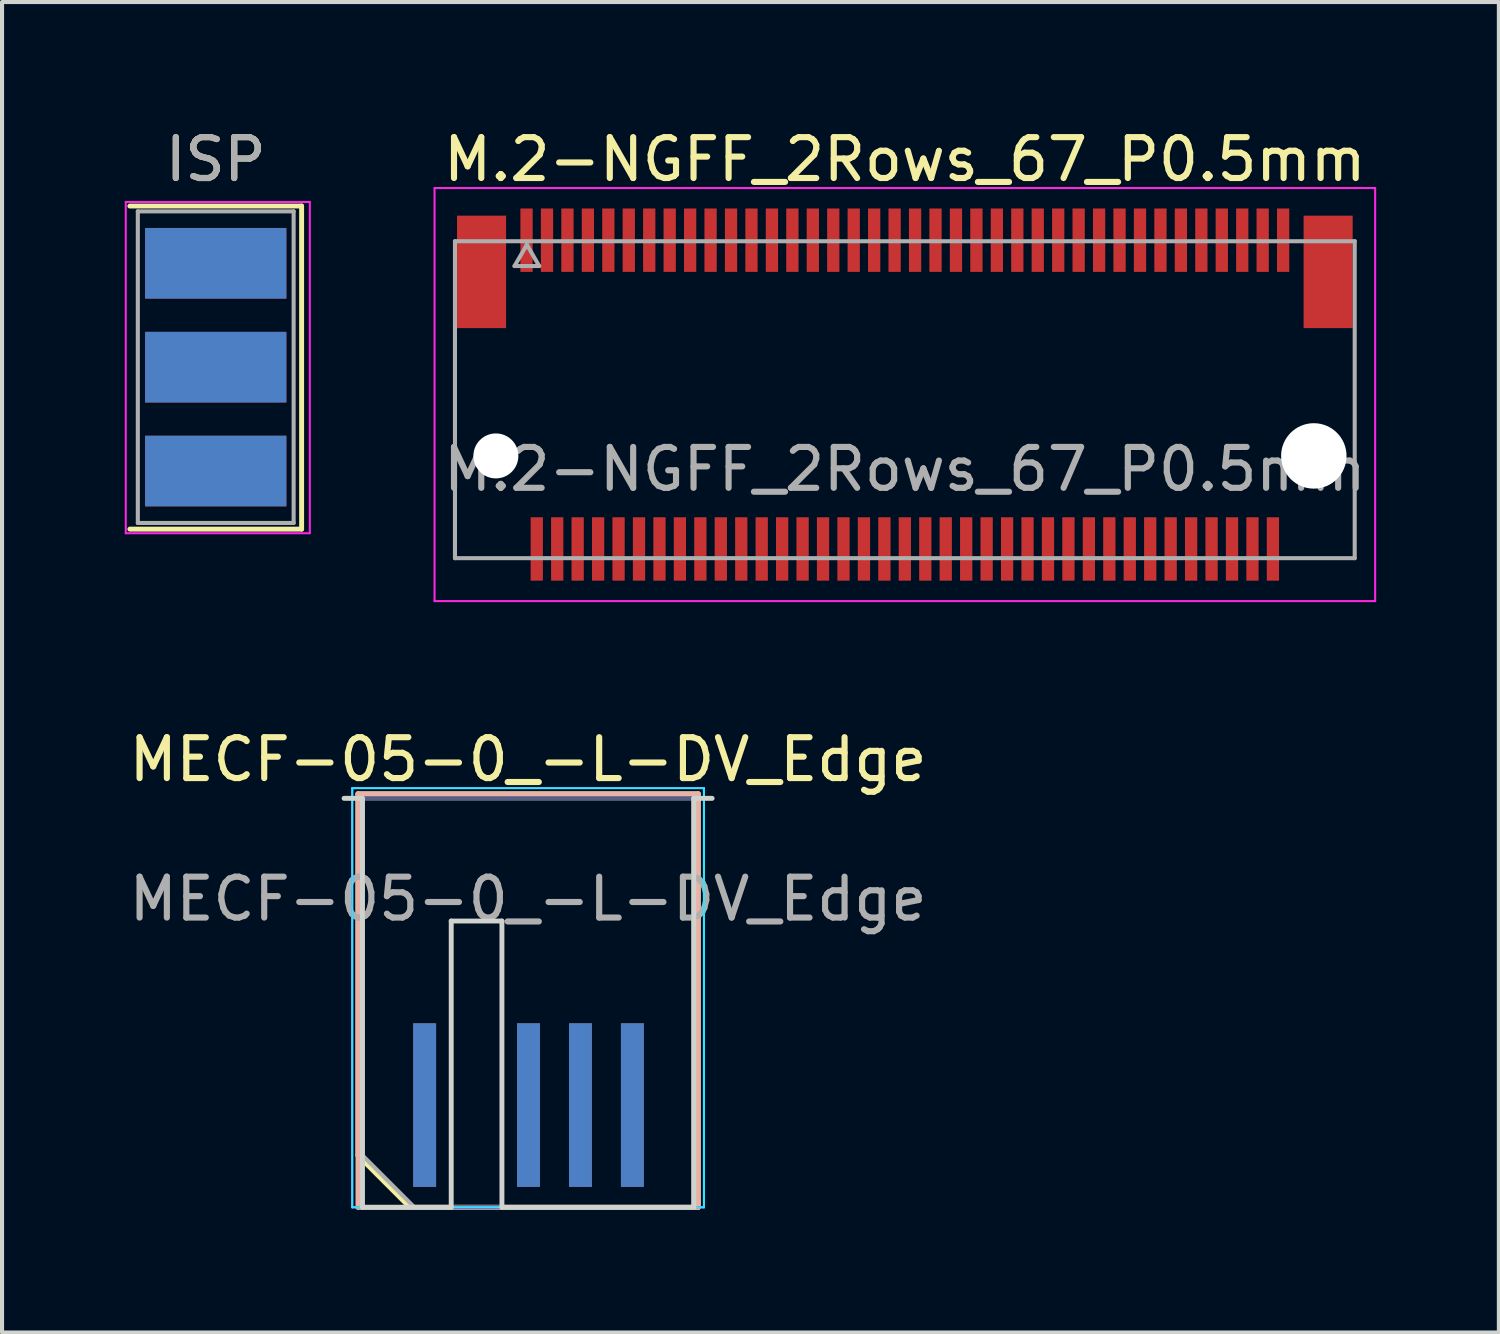
<source format=kicad_pcb>
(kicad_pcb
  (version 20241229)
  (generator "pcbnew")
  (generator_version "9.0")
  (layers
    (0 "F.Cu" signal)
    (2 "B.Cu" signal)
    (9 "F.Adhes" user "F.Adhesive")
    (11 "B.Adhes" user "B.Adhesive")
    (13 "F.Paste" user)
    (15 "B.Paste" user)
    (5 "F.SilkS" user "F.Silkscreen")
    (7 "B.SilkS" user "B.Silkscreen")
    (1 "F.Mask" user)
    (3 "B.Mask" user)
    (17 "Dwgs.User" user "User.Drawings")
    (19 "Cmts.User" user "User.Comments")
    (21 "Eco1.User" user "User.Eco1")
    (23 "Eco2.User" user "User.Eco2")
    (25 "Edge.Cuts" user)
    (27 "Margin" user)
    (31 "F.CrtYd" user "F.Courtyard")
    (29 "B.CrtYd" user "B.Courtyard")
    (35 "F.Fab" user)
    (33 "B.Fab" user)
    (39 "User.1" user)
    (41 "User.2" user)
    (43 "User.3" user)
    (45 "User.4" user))
  (footprint "M.2-NGFF_2Rows_67_P0.5mm"
    (layer "F.Cu")
    (at 19.075 6.598)
    (property "Reference" "M.2-NGFF_2Rows_67_P0.5mm" (at 0 -5.75 0) (layer "F.SilkS") (effects (font (size 1 1) (thickness 0.15))))
    (attr smd)
    (fp_line (start -11.5 -5.05) (end 11.5 -5.05) (stroke (width 0.05) (type solid)) (layer "F.CrtYd"))
    (fp_line (start -11.5 5.05) (end -11.5 -5.05) (stroke (width 0.05) (type solid)) (layer "F.CrtYd"))
    (fp_line (start 11.5 -5.05) (end 11.5 5.05) (stroke (width 0.05) (type solid)) (layer "F.CrtYd"))
    (fp_line (start 11.5 5.05) (end -11.5 5.05) (stroke (width 0.05) (type solid)) (layer "F.CrtYd"))
    (fp_line (start -11 -3.75) (end 11 -3.75) (stroke (width 0.1) (type solid)) (layer "F.Fab"))
    (fp_line (start -11 4) (end -11 -3.75) (stroke (width 0.1) (type solid)) (layer "F.Fab"))
    (fp_line (start -11 4) (end 11 4) (stroke (width 0.1) (type solid)) (layer "F.Fab"))
    (fp_line (start -9.544 -3.143) (end -8.941 -3.143) (stroke (width 0.1) (type solid)) (layer "F.Fab"))
    (fp_line (start -9.242 -3.665) (end -9.544 -3.143) (stroke (width 0.1) (type solid)) (layer "F.Fab"))
    (fp_line (start -8.941 -3.143) (end -9.242 -3.665) (stroke (width 0.1) (type solid)) (layer "F.Fab"))
    (fp_line (start 11 -3.75) (end 11 4) (stroke (width 0.1) (type solid)) (layer "F.Fab"))
    (fp_text user "${REFERENCE}" (at 0 1.825 0) (layer "F.Fab") (effects (font (size 1 1) (thickness 0.15))))
    (pad "" np_thru_hole circle (at -10 1.5) (size 1.1 1.1) (drill 1.1) (layers "*.Cu" "*.Mask"))
    (pad "" np_thru_hole circle (at 10 1.5) (size 1.6 1.6) (drill 1.6) (layers "*.Cu" "*.Mask"))
    (pad "1" smd rect (at -9.25 -3.775) (size 0.3 1.55) (layers "F.Cu" "F.Mask" "F.Paste"))
    (pad "2" smd rect (at -9 3.775) (size 0.3 1.55) (layers "F.Cu" "F.Mask" "F.Paste"))
    (pad "3" smd rect (at -8.75 -3.775) (size 0.3 1.55) (layers "F.Cu" "F.Mask" "F.Paste"))
    (pad "4" smd rect (at -8.5 3.775) (size 0.3 1.55) (layers "F.Cu" "F.Mask" "F.Paste"))
    (pad "5" smd rect (at -8.25 -3.775) (size 0.3 1.55) (layers "F.Cu" "F.Mask" "F.Paste"))
    (pad "6" smd rect (at -8 3.775) (size 0.3 1.55) (layers "F.Cu" "F.Mask" "F.Paste"))
    (pad "7" smd rect (at -7.75 -3.775) (size 0.3 1.55) (layers "F.Cu" "F.Mask" "F.Paste"))
    (pad "8" smd rect (at -7.5 3.775) (size 0.3 1.55) (layers "F.Cu" "F.Mask" "F.Paste"))
    (pad "9" smd rect (at -7.25 -3.775) (size 0.3 1.55) (layers "F.Cu" "F.Mask" "F.Paste"))
    (pad "10" smd rect (at -7 3.775) (size 0.3 1.55) (layers "F.Cu" "F.Mask" "F.Paste"))
    (pad "11" smd rect (at -6.75 -3.775) (size 0.3 1.55) (layers "F.Cu" "F.Mask" "F.Paste"))
    (pad "12" smd rect (at -6.5 3.775) (size 0.3 1.55) (layers "F.Cu" "F.Mask" "F.Paste"))
    (pad "13" smd rect (at -6.25 -3.775) (size 0.3 1.55) (layers "F.Cu" "F.Mask" "F.Paste"))
    (pad "14" smd rect (at -6 3.775) (size 0.3 1.55) (layers "F.Cu" "F.Mask" "F.Paste"))
    (pad "15" smd rect (at -5.75 -3.775) (size 0.3 1.55) (layers "F.Cu" "F.Mask" "F.Paste"))
    (pad "16" smd rect (at -5.5 3.775) (size 0.3 1.55) (layers "F.Cu" "F.Mask" "F.Paste"))
    (pad "17" smd rect (at -5.25 -3.775) (size 0.3 1.55) (layers "F.Cu" "F.Mask" "F.Paste"))
    (pad "18" smd rect (at -5 3.775) (size 0.3 1.55) (layers "F.Cu" "F.Mask" "F.Paste"))
    (pad "19" smd rect (at -4.75 -3.775) (size 0.3 1.55) (layers "F.Cu" "F.Mask" "F.Paste"))
    (pad "20" smd rect (at -4.5 3.775) (size 0.3 1.55) (layers "F.Cu" "F.Mask" "F.Paste"))
    (pad "21" smd rect (at -4.25 -3.775) (size 0.3 1.55) (layers "F.Cu" "F.Mask" "F.Paste"))
    (pad "22" smd rect (at -4 3.775) (size 0.3 1.55) (layers "F.Cu" "F.Mask" "F.Paste"))
    (pad "23" smd rect (at -3.75 -3.775) (size 0.3 1.55) (layers "F.Cu" "F.Mask" "F.Paste"))
    (pad "24" smd rect (at -3.5 3.775) (size 0.3 1.55) (layers "F.Cu" "F.Mask" "F.Paste"))
    (pad "25" smd rect (at -3.25 -3.775) (size 0.3 1.55) (layers "F.Cu" "F.Mask" "F.Paste"))
    (pad "26" smd rect (at -3 3.775) (size 0.3 1.55) (layers "F.Cu" "F.Mask" "F.Paste"))
    (pad "27" smd rect (at -2.75 -3.775) (size 0.3 1.55) (layers "F.Cu" "F.Mask" "F.Paste"))
    (pad "28" smd rect (at -2.5 3.775) (size 0.3 1.55) (layers "F.Cu" "F.Mask" "F.Paste"))
    (pad "29" smd rect (at -2.25 -3.775) (size 0.3 1.55) (layers "F.Cu" "F.Mask" "F.Paste"))
    (pad "30" smd rect (at -2 3.775) (size 0.3 1.55) (layers "F.Cu" "F.Mask" "F.Paste"))
    (pad "31" smd rect (at -1.75 -3.775) (size 0.3 1.55) (layers "F.Cu" "F.Mask" "F.Paste"))
    (pad "32" smd rect (at -1.5 3.775) (size 0.3 1.55) (layers "F.Cu" "F.Mask" "F.Paste"))
    (pad "33" smd rect (at -1.25 -3.775) (size 0.3 1.55) (layers "F.Cu" "F.Mask" "F.Paste"))
    (pad "34" smd rect (at -1 3.775) (size 0.3 1.55) (layers "F.Cu" "F.Mask" "F.Paste"))
    (pad "35" smd rect (at -0.75 -3.775) (size 0.3 1.55) (layers "F.Cu" "F.Mask" "F.Paste"))
    (pad "36" smd rect (at -0.5 3.775) (size 0.3 1.55) (layers "F.Cu" "F.Mask" "F.Paste"))
    (pad "37" smd rect (at -0.25 -3.775) (size 0.3 1.55) (layers "F.Cu" "F.Mask" "F.Paste"))
    (pad "38" smd rect (at 0 3.775) (size 0.3 1.55) (layers "F.Cu" "F.Mask" "F.Paste"))
    (pad "39" smd rect (at 0.25 -3.775) (size 0.3 1.55) (layers "F.Cu" "F.Mask" "F.Paste"))
    (pad "40" smd rect (at 0.5 3.775) (size 0.3 1.55) (layers "F.Cu" "F.Mask" "F.Paste"))
    (pad "41" smd rect (at 0.75 -3.775) (size 0.3 1.55) (layers "F.Cu" "F.Mask" "F.Paste"))
    (pad "42" smd rect (at 1 3.775) (size 0.3 1.55) (layers "F.Cu" "F.Mask" "F.Paste"))
    (pad "43" smd rect (at 1.25 -3.775) (size 0.3 1.55) (layers "F.Cu" "F.Mask" "F.Paste"))
    (pad "44" smd rect (at 1.5 3.775) (size 0.3 1.55) (layers "F.Cu" "F.Mask" "F.Paste"))
    (pad "45" smd rect (at 1.75 -3.775) (size 0.3 1.55) (layers "F.Cu" "F.Mask" "F.Paste"))
    (pad "46" smd rect (at 2 3.775) (size 0.3 1.55) (layers "F.Cu" "F.Mask" "F.Paste"))
    (pad "47" smd rect (at 2.25 -3.775) (size 0.3 1.55) (layers "F.Cu" "F.Mask" "F.Paste"))
    (pad "48" smd rect (at 2.5 3.775) (size 0.3 1.55) (layers "F.Cu" "F.Mask" "F.Paste"))
    (pad "49" smd rect (at 2.75 -3.775) (size 0.3 1.55) (layers "F.Cu" "F.Mask" "F.Paste"))
    (pad "50" smd rect (at 3 3.775) (size 0.3 1.55) (layers "F.Cu" "F.Mask" "F.Paste"))
    (pad "51" smd rect (at 3.25 -3.775) (size 0.3 1.55) (layers "F.Cu" "F.Mask" "F.Paste"))
    (pad "52" smd rect (at 3.5 3.775) (size 0.3 1.55) (layers "F.Cu" "F.Mask" "F.Paste"))
    (pad "53" smd rect (at 3.75 -3.775) (size 0.3 1.55) (layers "F.Cu" "F.Mask" "F.Paste"))
    (pad "54" smd rect (at 4 3.775) (size 0.3 1.55) (layers "F.Cu" "F.Mask" "F.Paste"))
    (pad "55" smd rect (at 4.25 -3.775) (size 0.3 1.55) (layers "F.Cu" "F.Mask" "F.Paste"))
    (pad "56" smd rect (at 4.5 3.775) (size 0.3 1.55) (layers "F.Cu" "F.Mask" "F.Paste"))
    (pad "57" smd rect (at 4.75 -3.775) (size 0.3 1.55) (layers "F.Cu" "F.Mask" "F.Paste"))
    (pad "58" smd rect (at 5 3.775) (size 0.3 1.55) (layers "F.Cu" "F.Mask" "F.Paste"))
    (pad "59" smd rect (at 5.25 -3.775) (size 0.3 1.55) (layers "F.Cu" "F.Mask" "F.Paste"))
    (pad "60" smd rect (at 5.5 3.775) (size 0.3 1.55) (layers "F.Cu" "F.Mask" "F.Paste"))
    (pad "61" smd rect (at 5.75 -3.775) (size 0.3 1.55) (layers "F.Cu" "F.Mask" "F.Paste"))
    (pad "62" smd rect (at 6 3.775) (size 0.3 1.55) (layers "F.Cu" "F.Mask" "F.Paste"))
    (pad "63" smd rect (at 6.25 -3.775) (size 0.3 1.55) (layers "F.Cu" "F.Mask" "F.Paste"))
    (pad "64" smd rect (at 6.5 3.775) (size 0.3 1.55) (layers "F.Cu" "F.Mask" "F.Paste"))
    (pad "65" smd rect (at 6.75 -3.775) (size 0.3 1.55) (layers "F.Cu" "F.Mask" "F.Paste"))
    (pad "66" smd rect (at 7 3.775) (size 0.3 1.55) (layers "F.Cu" "F.Mask" "F.Paste"))
    (pad "67" smd rect (at 7.25 -3.775) (size 0.3 1.55) (layers "F.Cu" "F.Mask" "F.Paste"))
    (pad "68" smd rect (at 7.5 3.775) (size 0.3 1.55) (layers "F.Cu" "F.Mask" "F.Paste"))
    (pad "69" smd rect (at 7.75 -3.775) (size 0.3 1.55) (layers "F.Cu" "F.Mask" "F.Paste"))
    (pad "70" smd rect (at 8 3.775) (size 0.3 1.55) (layers "F.Cu" "F.Mask" "F.Paste"))
    (pad "71" smd rect (at 8.25 -3.775) (size 0.3 1.55) (layers "F.Cu" "F.Mask" "F.Paste"))
    (pad "72" smd rect (at 8.5 3.775) (size 0.3 1.55) (layers "F.Cu" "F.Mask" "F.Paste"))
    (pad "73" smd rect (at 8.75 -3.775) (size 0.3 1.55) (layers "F.Cu" "F.Mask" "F.Paste"))
    (pad "74" smd rect (at 9 3.775) (size 0.3 1.55) (layers "F.Cu" "F.Mask" "F.Paste"))
    (pad "75" smd rect (at 9.25 -3.775) (size 0.3 1.55) (layers "F.Cu" "F.Mask" "F.Paste"))
    (pad "MP" smd rect (at -10.35 -3) (size 1.2 2.75) (layers "F.Cu" "F.Mask" "F.Paste"))
    (pad "MP" smd rect (at 10.35 -3) (size 1.2 2.75) (layers "F.Cu" "F.Mask" "F.Paste")))
  (footprint "MECF-05-0_-L-DV_Edge"
    (layer "F.Cu")
    (at 9.863 21.471)
    (property "Reference" "MECF-05-0_-L-DV_Edge" (at 0 -5.95 0) (layer "F.SilkS") (effects (font (size 1 1) (thickness 0.15))))
    (attr exclude_from_pos_files exclude_from_bom)
    (fp_line (start -4.16 -5.11) (end 4.16 -5.11) (stroke (width 0.12) (type solid)) (layer "F.SilkS"))
    (fp_line (start -4.16 3.73) (end -4.16 -5.11) (stroke (width 0.12) (type solid)) (layer "F.SilkS"))
    (fp_line (start -2.89 5) (end -4.16 3.73) (stroke (width 0.12) (type solid)) (layer "F.SilkS"))
    (fp_line (start -2.89 5) (end 4.16 5) (stroke (width 0.12) (type solid)) (layer "F.SilkS"))
    (fp_line (start 4.16 5) (end 4.16 -5.11) (stroke (width 0.12) (type solid)) (layer "F.SilkS"))
    (fp_line (start -4.16 -5.11) (end 4.16 -5.11) (stroke (width 0.12) (type solid)) (layer "B.SilkS"))
    (fp_line (start -4.16 5) (end -4.16 -5.11) (stroke (width 0.12) (type solid)) (layer "B.SilkS"))
    (fp_line (start -4.16 5) (end 4.16 5) (stroke (width 0.12) (type solid)) (layer "B.SilkS"))
    (fp_line (start 4.16 5) (end 4.16 -5.11) (stroke (width 0.12) (type solid)) (layer "B.SilkS"))
    (fp_line (start -4.5 -5) (end -4.05 -5) (stroke (width 0.12) (type solid)) (layer "Edge.Cuts"))
    (fp_line (start -4.05 5) (end -4.05 -5) (stroke (width 0.12) (type solid)) (layer "Edge.Cuts"))
    (fp_line (start -4.05 5) (end -1.88 5) (stroke (width 0.12) (type solid)) (layer "Edge.Cuts"))
    (fp_line (start -1.88 -2) (end -0.64 -2) (stroke (width 0.12) (type solid)) (layer "Edge.Cuts"))
    (fp_line (start -1.88 5) (end -1.88 -2) (stroke (width 0.12) (type solid)) (layer "Edge.Cuts"))
    (fp_line (start -0.64 5) (end -0.64 -2) (stroke (width 0.12) (type solid)) (layer "Edge.Cuts"))
    (fp_line (start -0.64 5) (end 4.05 5) (stroke (width 0.12) (type solid)) (layer "Edge.Cuts"))
    (fp_line (start 4.05 5) (end 4.05 -5) (stroke (width 0.12) (type solid)) (layer "Edge.Cuts"))
    (fp_line (start 4.5 -5) (end 4.05 -5) (stroke (width 0.12) (type solid)) (layer "Edge.Cuts"))
    (fp_line (start -4.3 -5.25) (end -4.3 5) (stroke (width 0.05) (type solid)) (layer "B.CrtYd"))
    (fp_line (start -4.3 5) (end 4.3 5) (stroke (width 0.05) (type solid)) (layer "B.CrtYd"))
    (fp_line (start 4.3 -5.25) (end -4.3 -5.25) (stroke (width 0.05) (type solid)) (layer "B.CrtYd"))
    (fp_line (start 4.3 5) (end 4.3 -5.25) (stroke (width 0.05) (type solid)) (layer "B.CrtYd"))
    (fp_line (start -4.3 -5.25) (end -4.3 5) (stroke (width 0.05) (type solid)) (layer "F.CrtYd"))
    (fp_line (start -4.3 5) (end 4.3 5) (stroke (width 0.05) (type solid)) (layer "F.CrtYd"))
    (fp_line (start 4.3 -5.25) (end -4.3 -5.25) (stroke (width 0.05) (type solid)) (layer "F.CrtYd"))
    (fp_line (start 4.3 5) (end 4.3 -5.25) (stroke (width 0.05) (type solid)) (layer "F.CrtYd"))
    (fp_line (start -4.05 -5) (end 4.05 -5) (stroke (width 0.1) (type solid)) (layer "B.Fab"))
    (fp_line (start -4.05 5) (end -4.05 -5) (stroke (width 0.1) (type solid)) (layer "B.Fab"))
    (fp_line (start -4.05 5) (end 4.05 5) (stroke (width 0.1) (type solid)) (layer "B.Fab"))
    (fp_line (start 4.05 5) (end 4.05 -5) (stroke (width 0.1) (type solid)) (layer "B.Fab"))
    (fp_line (start -4.05 -5) (end 4.05 -5) (stroke (width 0.1) (type solid)) (layer "F.Fab"))
    (fp_line (start -4.05 3.73) (end -4.05 -5) (stroke (width 0.1) (type solid)) (layer "F.Fab"))
    (fp_line (start -4.05 3.73) (end -2.78 5) (stroke (width 0.1) (type solid)) (layer "F.Fab"))
    (fp_line (start -2.78 5) (end 4.05 5) (stroke (width 0.1) (type solid)) (layer "F.Fab"))
    (fp_line (start 4.05 5) (end 4.05 -5) (stroke (width 0.1) (type solid)) (layer "F.Fab"))
    (fp_text user "${REFERENCE}" (at 0 -2.54 0) (layer "F.Fab") (effects (font (size 1 1) (thickness 0.15))))
    (pad "1" smd rect (at -2.53 2.5) (size 0.56 4) (layers "F.Cu" "F.Mask" "F.Paste"))
    (pad "2" smd rect (at -2.53 2.5) (size 0.56 4) (layers "B.Cu" "B.Mask" "B.Paste"))
    (pad "5" smd rect (at 0.01 2.5) (size 0.56 4) (layers "F.Cu" "F.Mask" "F.Paste"))
    (pad "6" smd rect (at 0.01 2.5) (size 0.56 4) (layers "B.Cu" "B.Mask" "B.Paste"))
    (pad "7" smd rect (at 1.28 2.5) (size 0.56 4) (layers "F.Cu" "F.Mask" "F.Paste"))
    (pad "8" smd rect (at 1.28 2.5) (size 0.56 4) (layers "B.Cu" "B.Mask" "B.Paste"))
    (pad "9" smd rect (at 2.55 2.5) (size 0.56 4) (layers "F.Cu" "F.Mask" "F.Paste"))
    (pad "10" smd rect (at 2.55 2.5) (size 0.56 4) (layers "B.Cu" "B.Mask" "B.Paste")))
  (footprint "ISP"
    (layer "F.Cu")
    (at 2.225 3.388)
    (property "Reference" "ISP" (at 0 -2.54 0) (layer "F.SilkS") (effects (font (size 1 1) (thickness 0.15))))
    (attr smd)
    (fp_line (start -2.1 -1.4) (end 2.1 -1.4) (stroke (width 0.12) (type solid)) (layer "F.SilkS"))
    (fp_line (start 2.1 -1.4) (end 2.1 6.5) (stroke (width 0.12) (type solid)) (layer "F.SilkS"))
    (fp_line (start 2.1 6.5) (end -2.1 6.5) (stroke (width 0.12) (type solid)) (layer "F.SilkS"))
    (fp_line (start -2.2 -1.5) (end 2.3 -1.5) (stroke (width 0.05) (type solid)) (layer "F.CrtYd"))
    (fp_line (start -2.2 6.6) (end -2.2 -1.5) (stroke (width 0.05) (type solid)) (layer "F.CrtYd"))
    (fp_line (start 2.3 -1.5) (end 2.3 6.6) (stroke (width 0.05) (type solid)) (layer "F.CrtYd"))
    (fp_line (start 2.3 6.6) (end -2.2 6.6) (stroke (width 0.05) (type solid)) (layer "F.CrtYd"))
    (fp_line (start -1.905 -1.27) (end -1.905 6.35) (stroke (width 0.1) (type solid)) (layer "F.Fab"))
    (fp_line (start 1.905 -1.27) (end -1.905 -1.27) (stroke (width 0.1) (type solid)) (layer "F.Fab"))
    (fp_line (start 1.905 -1.27) (end 1.905 6.35) (stroke (width 0.1) (type solid)) (layer "F.Fab"))
    (fp_line (start 1.905 6.35) (end -1.905 6.35) (stroke (width 0.1) (type solid)) (layer "F.Fab"))
    (fp_text user "${REFERENCE}" (at 0 -2.54 0) (layer "F.Fab") (effects (font (size 1 1) (thickness 0.15))))
    (pad "1" smd rect (at 0 0) (size 3.454 1.727) (layers "F.Cu" "F.Mask" "F.Paste"))
    (pad "2" smd rect (at 0 0) (size 3.454 1.727) (layers "B.Cu" "B.Mask" "B.Paste"))
    (pad "3" smd rect (at 0 2.54) (size 3.454 1.727) (layers "F.Cu" "F.Mask" "F.Paste"))
    (pad "4" smd rect (at 0 2.54) (size 3.454 1.727) (layers "B.Cu" "B.Mask" "B.Paste"))
    (pad "5" smd rect (at 0 5.08) (size 3.454 1.727) (layers "F.Cu" "F.Mask" "F.Paste"))
    (pad "6" smd rect (at 0 5.08) (size 3.454 1.727) (layers "B.Cu" "B.Mask" "B.Paste")))
  (gr_rect
    (start -3 -3)
    (end 33.6 29.532)
    (stroke (width 0.1) (type default))
    (fill no)
    (layer "Edge.Cuts")))
</source>
